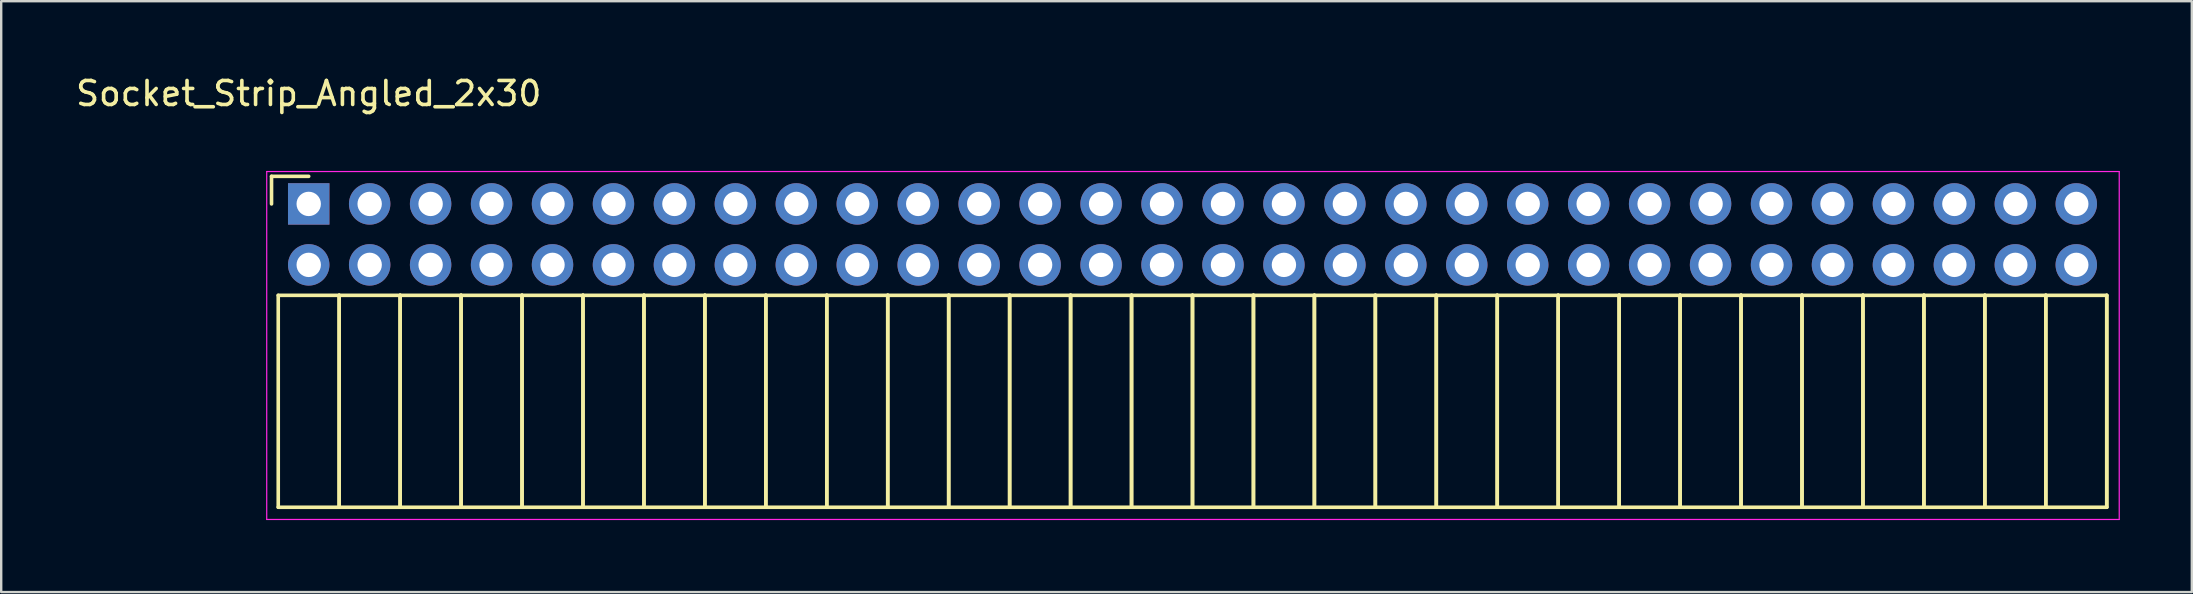
<source format=kicad_pcb>
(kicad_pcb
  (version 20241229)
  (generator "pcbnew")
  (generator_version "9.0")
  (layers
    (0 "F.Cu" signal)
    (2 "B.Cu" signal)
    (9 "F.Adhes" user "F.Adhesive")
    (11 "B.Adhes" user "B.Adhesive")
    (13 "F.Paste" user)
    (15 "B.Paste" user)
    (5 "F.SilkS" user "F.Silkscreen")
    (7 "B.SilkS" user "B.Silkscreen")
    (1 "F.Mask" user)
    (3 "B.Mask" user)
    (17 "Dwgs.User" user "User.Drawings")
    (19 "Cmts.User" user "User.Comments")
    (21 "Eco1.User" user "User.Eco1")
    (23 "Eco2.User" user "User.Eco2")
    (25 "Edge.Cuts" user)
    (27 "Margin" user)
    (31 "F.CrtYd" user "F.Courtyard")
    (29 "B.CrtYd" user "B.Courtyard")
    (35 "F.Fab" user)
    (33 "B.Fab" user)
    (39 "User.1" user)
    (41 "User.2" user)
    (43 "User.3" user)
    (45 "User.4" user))
  (footprint "Socket_Strip_Angled_2x30"
    (layer "F.Cu")
    (at 9.815 5.448)
    (property "Reference" "Socket_Strip_Angled_2x30" (at 0 -4.6 0) (layer "F.SilkS") (effects (font (size 1 1) (thickness 0.15))))
    (attr through_hole)
    (fp_line (start -1.55 -1.15) (end -1.55 0) (stroke (width 0.15) (type solid)) (layer "F.SilkS"))
    (fp_line (start -1.27 3.81) (end -1.27 12.64) (stroke (width 0.15) (type solid)) (layer "F.SilkS"))
    (fp_line (start -1.27 3.81) (end 1.27 3.81) (stroke (width 0.15) (type solid)) (layer "F.SilkS"))
    (fp_line (start -1.27 12.64) (end 1.27 12.64) (stroke (width 0.15) (type solid)) (layer "F.SilkS"))
    (fp_line (start 0 -1.15) (end -1.55 -1.15) (stroke (width 0.15) (type solid)) (layer "F.SilkS"))
    (fp_line (start 1.27 3.81) (end 1.27 12.64) (stroke (width 0.15) (type solid)) (layer "F.SilkS"))
    (fp_line (start 1.27 3.81) (end 3.81 3.81) (stroke (width 0.15) (type solid)) (layer "F.SilkS"))
    (fp_line (start 1.27 12.64) (end 1.27 3.81) (stroke (width 0.15) (type solid)) (layer "F.SilkS"))
    (fp_line (start 1.27 12.64) (end 3.81 12.64) (stroke (width 0.15) (type solid)) (layer "F.SilkS"))
    (fp_line (start 3.81 3.81) (end 3.81 12.64) (stroke (width 0.15) (type solid)) (layer "F.SilkS"))
    (fp_line (start 3.81 3.81) (end 6.35 3.81) (stroke (width 0.15) (type solid)) (layer "F.SilkS"))
    (fp_line (start 3.81 12.64) (end 3.81 3.81) (stroke (width 0.15) (type solid)) (layer "F.SilkS"))
    (fp_line (start 3.81 12.64) (end 6.35 12.64) (stroke (width 0.15) (type solid)) (layer "F.SilkS"))
    (fp_line (start 6.35 3.81) (end 6.35 12.64) (stroke (width 0.15) (type solid)) (layer "F.SilkS"))
    (fp_line (start 6.35 3.81) (end 8.89 3.81) (stroke (width 0.15) (type solid)) (layer "F.SilkS"))
    (fp_line (start 6.35 12.64) (end 6.35 3.81) (stroke (width 0.15) (type solid)) (layer "F.SilkS"))
    (fp_line (start 6.35 12.64) (end 8.89 12.64) (stroke (width 0.15) (type solid)) (layer "F.SilkS"))
    (fp_line (start 8.89 3.81) (end 8.89 12.64) (stroke (width 0.15) (type solid)) (layer "F.SilkS"))
    (fp_line (start 8.89 3.81) (end 11.43 3.81) (stroke (width 0.15) (type solid)) (layer "F.SilkS"))
    (fp_line (start 8.89 12.64) (end 8.89 3.81) (stroke (width 0.15) (type solid)) (layer "F.SilkS"))
    (fp_line (start 8.89 12.64) (end 11.43 12.64) (stroke (width 0.15) (type solid)) (layer "F.SilkS"))
    (fp_line (start 11.43 3.81) (end 11.43 12.64) (stroke (width 0.15) (type solid)) (layer "F.SilkS"))
    (fp_line (start 11.43 3.81) (end 13.97 3.81) (stroke (width 0.15) (type solid)) (layer "F.SilkS"))
    (fp_line (start 11.43 12.64) (end 11.43 3.81) (stroke (width 0.15) (type solid)) (layer "F.SilkS"))
    (fp_line (start 11.43 12.64) (end 13.97 12.64) (stroke (width 0.15) (type solid)) (layer "F.SilkS"))
    (fp_line (start 13.97 3.81) (end 13.97 12.64) (stroke (width 0.15) (type solid)) (layer "F.SilkS"))
    (fp_line (start 13.97 3.81) (end 16.51 3.81) (stroke (width 0.15) (type solid)) (layer "F.SilkS"))
    (fp_line (start 13.97 12.64) (end 13.97 3.81) (stroke (width 0.15) (type solid)) (layer "F.SilkS"))
    (fp_line (start 13.97 12.64) (end 16.51 12.64) (stroke (width 0.15) (type solid)) (layer "F.SilkS"))
    (fp_line (start 16.51 3.81) (end 16.51 12.64) (stroke (width 0.15) (type solid)) (layer "F.SilkS"))
    (fp_line (start 16.51 3.81) (end 19.05 3.81) (stroke (width 0.15) (type solid)) (layer "F.SilkS"))
    (fp_line (start 16.51 12.64) (end 16.51 3.81) (stroke (width 0.15) (type solid)) (layer "F.SilkS"))
    (fp_line (start 16.51 12.64) (end 19.05 12.64) (stroke (width 0.15) (type solid)) (layer "F.SilkS"))
    (fp_line (start 19.05 3.81) (end 19.05 12.64) (stroke (width 0.15) (type solid)) (layer "F.SilkS"))
    (fp_line (start 19.05 3.81) (end 21.59 3.81) (stroke (width 0.15) (type solid)) (layer "F.SilkS"))
    (fp_line (start 19.05 12.64) (end 19.05 3.81) (stroke (width 0.15) (type solid)) (layer "F.SilkS"))
    (fp_line (start 19.05 12.64) (end 21.59 12.64) (stroke (width 0.15) (type solid)) (layer "F.SilkS"))
    (fp_line (start 21.59 3.81) (end 21.59 12.64) (stroke (width 0.15) (type solid)) (layer "F.SilkS"))
    (fp_line (start 21.59 3.81) (end 24.13 3.81) (stroke (width 0.15) (type solid)) (layer "F.SilkS"))
    (fp_line (start 21.59 12.64) (end 21.59 3.81) (stroke (width 0.15) (type solid)) (layer "F.SilkS"))
    (fp_line (start 21.59 12.64) (end 24.13 12.64) (stroke (width 0.15) (type solid)) (layer "F.SilkS"))
    (fp_line (start 24.13 3.81) (end 24.13 12.64) (stroke (width 0.15) (type solid)) (layer "F.SilkS"))
    (fp_line (start 24.13 3.81) (end 26.67 3.81) (stroke (width 0.15) (type solid)) (layer "F.SilkS"))
    (fp_line (start 24.13 12.64) (end 24.13 3.81) (stroke (width 0.15) (type solid)) (layer "F.SilkS"))
    (fp_line (start 24.13 12.64) (end 26.67 12.64) (stroke (width 0.15) (type solid)) (layer "F.SilkS"))
    (fp_line (start 26.67 3.81) (end 26.67 12.64) (stroke (width 0.15) (type solid)) (layer "F.SilkS"))
    (fp_line (start 26.67 3.81) (end 29.21 3.81) (stroke (width 0.15) (type solid)) (layer "F.SilkS"))
    (fp_line (start 26.67 12.64) (end 26.67 3.81) (stroke (width 0.15) (type solid)) (layer "F.SilkS"))
    (fp_line (start 26.67 12.64) (end 29.21 12.64) (stroke (width 0.15) (type solid)) (layer "F.SilkS"))
    (fp_line (start 29.21 3.81) (end 29.21 12.64) (stroke (width 0.15) (type solid)) (layer "F.SilkS"))
    (fp_line (start 29.21 3.81) (end 31.75 3.81) (stroke (width 0.15) (type solid)) (layer "F.SilkS"))
    (fp_line (start 29.21 12.64) (end 29.21 3.81) (stroke (width 0.15) (type solid)) (layer "F.SilkS"))
    (fp_line (start 29.21 12.64) (end 31.75 12.64) (stroke (width 0.15) (type solid)) (layer "F.SilkS"))
    (fp_line (start 31.75 3.81) (end 31.75 12.64) (stroke (width 0.15) (type solid)) (layer "F.SilkS"))
    (fp_line (start 31.75 3.81) (end 34.29 3.81) (stroke (width 0.15) (type solid)) (layer "F.SilkS"))
    (fp_line (start 31.75 12.64) (end 31.75 3.81) (stroke (width 0.15) (type solid)) (layer "F.SilkS"))
    (fp_line (start 31.75 12.64) (end 34.29 12.64) (stroke (width 0.15) (type solid)) (layer "F.SilkS"))
    (fp_line (start 34.29 3.81) (end 34.29 12.64) (stroke (width 0.15) (type solid)) (layer "F.SilkS"))
    (fp_line (start 34.29 3.81) (end 36.83 3.81) (stroke (width 0.15) (type solid)) (layer "F.SilkS"))
    (fp_line (start 34.29 12.64) (end 34.29 3.81) (stroke (width 0.15) (type solid)) (layer "F.SilkS"))
    (fp_line (start 34.29 12.64) (end 36.83 12.64) (stroke (width 0.15) (type solid)) (layer "F.SilkS"))
    (fp_line (start 36.83 3.81) (end 36.83 12.64) (stroke (width 0.15) (type solid)) (layer "F.SilkS"))
    (fp_line (start 36.83 3.81) (end 39.37 3.81) (stroke (width 0.15) (type solid)) (layer "F.SilkS"))
    (fp_line (start 36.83 12.64) (end 36.83 3.81) (stroke (width 0.15) (type solid)) (layer "F.SilkS"))
    (fp_line (start 36.83 12.64) (end 39.37 12.64) (stroke (width 0.15) (type solid)) (layer "F.SilkS"))
    (fp_line (start 39.37 3.81) (end 39.37 12.64) (stroke (width 0.15) (type solid)) (layer "F.SilkS"))
    (fp_line (start 39.37 3.81) (end 41.91 3.81) (stroke (width 0.15) (type solid)) (layer "F.SilkS"))
    (fp_line (start 39.37 12.64) (end 39.37 3.81) (stroke (width 0.15) (type solid)) (layer "F.SilkS"))
    (fp_line (start 39.37 12.64) (end 41.91 12.64) (stroke (width 0.15) (type solid)) (layer "F.SilkS"))
    (fp_line (start 41.91 3.81) (end 41.91 12.64) (stroke (width 0.15) (type solid)) (layer "F.SilkS"))
    (fp_line (start 41.91 3.81) (end 44.45 3.81) (stroke (width 0.15) (type solid)) (layer "F.SilkS"))
    (fp_line (start 41.91 12.64) (end 41.91 3.81) (stroke (width 0.15) (type solid)) (layer "F.SilkS"))
    (fp_line (start 41.91 12.64) (end 44.45 12.64) (stroke (width 0.15) (type solid)) (layer "F.SilkS"))
    (fp_line (start 44.45 3.81) (end 44.45 12.64) (stroke (width 0.15) (type solid)) (layer "F.SilkS"))
    (fp_line (start 44.45 3.81) (end 46.99 3.81) (stroke (width 0.15) (type solid)) (layer "F.SilkS"))
    (fp_line (start 44.45 12.64) (end 44.45 3.81) (stroke (width 0.15) (type solid)) (layer "F.SilkS"))
    (fp_line (start 44.45 12.64) (end 46.99 12.64) (stroke (width 0.15) (type solid)) (layer "F.SilkS"))
    (fp_line (start 46.99 3.81) (end 46.99 12.64) (stroke (width 0.15) (type solid)) (layer "F.SilkS"))
    (fp_line (start 46.99 3.81) (end 49.53 3.81) (stroke (width 0.15) (type solid)) (layer "F.SilkS"))
    (fp_line (start 46.99 12.64) (end 46.99 3.81) (stroke (width 0.15) (type solid)) (layer "F.SilkS"))
    (fp_line (start 46.99 12.64) (end 49.53 12.64) (stroke (width 0.15) (type solid)) (layer "F.SilkS"))
    (fp_line (start 49.53 3.81) (end 49.53 12.64) (stroke (width 0.15) (type solid)) (layer "F.SilkS"))
    (fp_line (start 49.53 3.81) (end 52.07 3.81) (stroke (width 0.15) (type solid)) (layer "F.SilkS"))
    (fp_line (start 49.53 12.64) (end 49.53 3.81) (stroke (width 0.15) (type solid)) (layer "F.SilkS"))
    (fp_line (start 49.53 12.64) (end 52.07 12.64) (stroke (width 0.15) (type solid)) (layer "F.SilkS"))
    (fp_line (start 52.07 3.81) (end 52.07 12.64) (stroke (width 0.15) (type solid)) (layer "F.SilkS"))
    (fp_line (start 52.07 3.81) (end 54.61 3.81) (stroke (width 0.15) (type solid)) (layer "F.SilkS"))
    (fp_line (start 52.07 12.64) (end 52.07 3.81) (stroke (width 0.15) (type solid)) (layer "F.SilkS"))
    (fp_line (start 52.07 12.64) (end 54.61 12.64) (stroke (width 0.15) (type solid)) (layer "F.SilkS"))
    (fp_line (start 54.61 3.81) (end 54.61 12.64) (stroke (width 0.15) (type solid)) (layer "F.SilkS"))
    (fp_line (start 54.61 3.81) (end 57.15 3.81) (stroke (width 0.15) (type solid)) (layer "F.SilkS"))
    (fp_line (start 54.61 12.64) (end 54.61 3.81) (stroke (width 0.15) (type solid)) (layer "F.SilkS"))
    (fp_line (start 54.61 12.64) (end 57.15 12.64) (stroke (width 0.15) (type solid)) (layer "F.SilkS"))
    (fp_line (start 57.15 3.81) (end 57.15 12.64) (stroke (width 0.15) (type solid)) (layer "F.SilkS"))
    (fp_line (start 57.15 3.81) (end 59.69 3.81) (stroke (width 0.15) (type solid)) (layer "F.SilkS"))
    (fp_line (start 57.15 12.64) (end 57.15 3.81) (stroke (width 0.15) (type solid)) (layer "F.SilkS"))
    (fp_line (start 57.15 12.64) (end 59.69 12.64) (stroke (width 0.15) (type solid)) (layer "F.SilkS"))
    (fp_line (start 59.69 3.81) (end 59.69 12.64) (stroke (width 0.15) (type solid)) (layer "F.SilkS"))
    (fp_line (start 59.69 3.81) (end 62.23 3.81) (stroke (width 0.15) (type solid)) (layer "F.SilkS"))
    (fp_line (start 59.69 12.64) (end 59.69 3.81) (stroke (width 0.15) (type solid)) (layer "F.SilkS"))
    (fp_line (start 59.69 12.64) (end 62.23 12.64) (stroke (width 0.15) (type solid)) (layer "F.SilkS"))
    (fp_line (start 62.23 3.81) (end 62.23 12.64) (stroke (width 0.15) (type solid)) (layer "F.SilkS"))
    (fp_line (start 62.23 3.81) (end 64.77 3.81) (stroke (width 0.15) (type solid)) (layer "F.SilkS"))
    (fp_line (start 62.23 12.64) (end 62.23 3.81) (stroke (width 0.15) (type solid)) (layer "F.SilkS"))
    (fp_line (start 62.23 12.64) (end 64.77 12.64) (stroke (width 0.15) (type solid)) (layer "F.SilkS"))
    (fp_line (start 64.77 3.81) (end 64.77 12.64) (stroke (width 0.15) (type solid)) (layer "F.SilkS"))
    (fp_line (start 64.77 3.81) (end 67.31 3.81) (stroke (width 0.15) (type solid)) (layer "F.SilkS"))
    (fp_line (start 64.77 12.64) (end 64.77 3.81) (stroke (width 0.15) (type solid)) (layer "F.SilkS"))
    (fp_line (start 64.77 12.64) (end 67.31 12.64) (stroke (width 0.15) (type solid)) (layer "F.SilkS"))
    (fp_line (start 67.31 3.81) (end 67.31 12.64) (stroke (width 0.15) (type solid)) (layer "F.SilkS"))
    (fp_line (start 67.31 3.81) (end 69.85 3.81) (stroke (width 0.15) (type solid)) (layer "F.SilkS"))
    (fp_line (start 67.31 12.64) (end 67.31 3.81) (stroke (width 0.15) (type solid)) (layer "F.SilkS"))
    (fp_line (start 67.31 12.64) (end 69.85 12.64) (stroke (width 0.15) (type solid)) (layer "F.SilkS"))
    (fp_line (start 69.85 3.81) (end 69.85 12.64) (stroke (width 0.15) (type solid)) (layer "F.SilkS"))
    (fp_line (start 69.85 3.81) (end 72.39 3.81) (stroke (width 0.15) (type solid)) (layer "F.SilkS"))
    (fp_line (start 69.85 12.64) (end 69.85 3.81) (stroke (width 0.15) (type solid)) (layer "F.SilkS"))
    (fp_line (start 69.85 12.64) (end 72.39 12.64) (stroke (width 0.15) (type solid)) (layer "F.SilkS"))
    (fp_line (start 72.39 3.81) (end 72.39 12.64) (stroke (width 0.15) (type solid)) (layer "F.SilkS"))
    (fp_line (start 72.39 3.81) (end 74.93 3.81) (stroke (width 0.15) (type solid)) (layer "F.SilkS"))
    (fp_line (start 72.39 12.64) (end 72.39 3.81) (stroke (width 0.15) (type solid)) (layer "F.SilkS"))
    (fp_line (start 72.39 12.64) (end 74.93 12.64) (stroke (width 0.15) (type solid)) (layer "F.SilkS"))
    (fp_line (start 74.93 3.81) (end 74.93 12.64) (stroke (width 0.15) (type solid)) (layer "F.SilkS"))
    (fp_line (start 74.93 12.64) (end 74.93 3.81) (stroke (width 0.15) (type solid)) (layer "F.SilkS"))
    (fp_line (start -1.75 -1.35) (end -1.75 13.15) (stroke (width 0.05) (type solid)) (layer "F.CrtYd"))
    (fp_line (start -1.75 -1.35) (end 75.45 -1.35) (stroke (width 0.05) (type solid)) (layer "F.CrtYd"))
    (fp_line (start -1.75 13.15) (end 75.45 13.15) (stroke (width 0.05) (type solid)) (layer "F.CrtYd"))
    (fp_line (start 75.45 -1.35) (end 75.45 13.15) (stroke (width 0.05) (type solid)) (layer "F.CrtYd"))
    (pad "1" thru_hole rect (at 0 0) (size 1.727 1.727) (drill 1.016) (layers "*.Cu" "*.Mask"))
    (pad "2" thru_hole oval (at 0 2.54) (size 1.727 1.727) (drill 1.016) (layers "*.Cu" "*.Mask"))
    (pad "3" thru_hole oval (at 2.54 0) (size 1.727 1.727) (drill 1.016) (layers "*.Cu" "*.Mask"))
    (pad "4" thru_hole oval (at 2.54 2.54) (size 1.727 1.727) (drill 1.016) (layers "*.Cu" "*.Mask"))
    (pad "5" thru_hole oval (at 5.08 0) (size 1.727 1.727) (drill 1.016) (layers "*.Cu" "*.Mask"))
    (pad "6" thru_hole oval (at 5.08 2.54) (size 1.727 1.727) (drill 1.016) (layers "*.Cu" "*.Mask"))
    (pad "7" thru_hole oval (at 7.62 0) (size 1.727 1.727) (drill 1.016) (layers "*.Cu" "*.Mask"))
    (pad "8" thru_hole oval (at 7.62 2.54) (size 1.727 1.727) (drill 1.016) (layers "*.Cu" "*.Mask"))
    (pad "9" thru_hole oval (at 10.16 0) (size 1.727 1.727) (drill 1.016) (layers "*.Cu" "*.Mask"))
    (pad "10" thru_hole oval (at 10.16 2.54) (size 1.727 1.727) (drill 1.016) (layers "*.Cu" "*.Mask"))
    (pad "11" thru_hole oval (at 12.7 0) (size 1.727 1.727) (drill 1.016) (layers "*.Cu" "*.Mask"))
    (pad "12" thru_hole oval (at 12.7 2.54) (size 1.727 1.727) (drill 1.016) (layers "*.Cu" "*.Mask"))
    (pad "13" thru_hole oval (at 15.24 0) (size 1.727 1.727) (drill 1.016) (layers "*.Cu" "*.Mask"))
    (pad "14" thru_hole oval (at 15.24 2.54) (size 1.727 1.727) (drill 1.016) (layers "*.Cu" "*.Mask"))
    (pad "15" thru_hole oval (at 17.78 0) (size 1.727 1.727) (drill 1.016) (layers "*.Cu" "*.Mask"))
    (pad "16" thru_hole oval (at 17.78 2.54) (size 1.727 1.727) (drill 1.016) (layers "*.Cu" "*.Mask"))
    (pad "17" thru_hole oval (at 20.32 0) (size 1.727 1.727) (drill 1.016) (layers "*.Cu" "*.Mask"))
    (pad "18" thru_hole oval (at 20.32 2.54) (size 1.727 1.727) (drill 1.016) (layers "*.Cu" "*.Mask"))
    (pad "19" thru_hole oval (at 22.86 0) (size 1.727 1.727) (drill 1.016) (layers "*.Cu" "*.Mask"))
    (pad "20" thru_hole oval (at 22.86 2.54) (size 1.727 1.727) (drill 1.016) (layers "*.Cu" "*.Mask"))
    (pad "21" thru_hole oval (at 25.4 0) (size 1.727 1.727) (drill 1.016) (layers "*.Cu" "*.Mask"))
    (pad "22" thru_hole oval (at 25.4 2.54) (size 1.727 1.727) (drill 1.016) (layers "*.Cu" "*.Mask"))
    (pad "23" thru_hole oval (at 27.94 0) (size 1.727 1.727) (drill 1.016) (layers "*.Cu" "*.Mask"))
    (pad "24" thru_hole oval (at 27.94 2.54) (size 1.727 1.727) (drill 1.016) (layers "*.Cu" "*.Mask"))
    (pad "25" thru_hole oval (at 30.48 0) (size 1.727 1.727) (drill 1.016) (layers "*.Cu" "*.Mask"))
    (pad "26" thru_hole oval (at 30.48 2.54) (size 1.727 1.727) (drill 1.016) (layers "*.Cu" "*.Mask"))
    (pad "27" thru_hole oval (at 33.02 0) (size 1.727 1.727) (drill 1.016) (layers "*.Cu" "*.Mask"))
    (pad "28" thru_hole oval (at 33.02 2.54) (size 1.727 1.727) (drill 1.016) (layers "*.Cu" "*.Mask"))
    (pad "29" thru_hole oval (at 35.56 0) (size 1.727 1.727) (drill 1.016) (layers "*.Cu" "*.Mask"))
    (pad "30" thru_hole oval (at 35.56 2.54) (size 1.727 1.727) (drill 1.016) (layers "*.Cu" "*.Mask"))
    (pad "31" thru_hole oval (at 38.1 0) (size 1.727 1.727) (drill 1.016) (layers "*.Cu" "*.Mask"))
    (pad "32" thru_hole oval (at 38.1 2.54) (size 1.727 1.727) (drill 1.016) (layers "*.Cu" "*.Mask"))
    (pad "33" thru_hole oval (at 40.64 0) (size 1.727 1.727) (drill 1.016) (layers "*.Cu" "*.Mask"))
    (pad "34" thru_hole oval (at 40.64 2.54) (size 1.727 1.727) (drill 1.016) (layers "*.Cu" "*.Mask"))
    (pad "35" thru_hole oval (at 43.18 0) (size 1.727 1.727) (drill 1.016) (layers "*.Cu" "*.Mask"))
    (pad "36" thru_hole oval (at 43.18 2.54) (size 1.727 1.727) (drill 1.016) (layers "*.Cu" "*.Mask"))
    (pad "37" thru_hole oval (at 45.72 0) (size 1.727 1.727) (drill 1.016) (layers "*.Cu" "*.Mask"))
    (pad "38" thru_hole oval (at 45.72 2.54) (size 1.727 1.727) (drill 1.016) (layers "*.Cu" "*.Mask"))
    (pad "39" thru_hole oval (at 48.26 0) (size 1.727 1.727) (drill 1.016) (layers "*.Cu" "*.Mask"))
    (pad "40" thru_hole oval (at 48.26 2.54) (size 1.727 1.727) (drill 1.016) (layers "*.Cu" "*.Mask"))
    (pad "41" thru_hole oval (at 50.8 0) (size 1.727 1.727) (drill 1.016) (layers "*.Cu" "*.Mask"))
    (pad "42" thru_hole oval (at 50.8 2.54) (size 1.727 1.727) (drill 1.016) (layers "*.Cu" "*.Mask"))
    (pad "43" thru_hole oval (at 53.34 0) (size 1.727 1.727) (drill 1.016) (layers "*.Cu" "*.Mask"))
    (pad "44" thru_hole oval (at 53.34 2.54) (size 1.727 1.727) (drill 1.016) (layers "*.Cu" "*.Mask"))
    (pad "45" thru_hole oval (at 55.88 0) (size 1.727 1.727) (drill 1.016) (layers "*.Cu" "*.Mask"))
    (pad "46" thru_hole oval (at 55.88 2.54) (size 1.727 1.727) (drill 1.016) (layers "*.Cu" "*.Mask"))
    (pad "47" thru_hole oval (at 58.42 0) (size 1.727 1.727) (drill 1.016) (layers "*.Cu" "*.Mask"))
    (pad "48" thru_hole oval (at 58.42 2.54) (size 1.727 1.727) (drill 1.016) (layers "*.Cu" "*.Mask"))
    (pad "49" thru_hole oval (at 60.96 0) (size 1.727 1.727) (drill 1.016) (layers "*.Cu" "*.Mask"))
    (pad "50" thru_hole oval (at 60.96 2.54) (size 1.727 1.727) (drill 1.016) (layers "*.Cu" "*.Mask"))
    (pad "51" thru_hole oval (at 63.5 0) (size 1.727 1.727) (drill 1.016) (layers "*.Cu" "*.Mask"))
    (pad "52" thru_hole oval (at 63.5 2.54) (size 1.727 1.727) (drill 1.016) (layers "*.Cu" "*.Mask"))
    (pad "53" thru_hole oval (at 66.04 0) (size 1.727 1.727) (drill 1.016) (layers "*.Cu" "*.Mask"))
    (pad "54" thru_hole oval (at 66.04 2.54) (size 1.727 1.727) (drill 1.016) (layers "*.Cu" "*.Mask"))
    (pad "55" thru_hole oval (at 68.58 0) (size 1.727 1.727) (drill 1.016) (layers "*.Cu" "*.Mask"))
    (pad "56" thru_hole oval (at 68.58 2.54) (size 1.727 1.727) (drill 1.016) (layers "*.Cu" "*.Mask"))
    (pad "57" thru_hole oval (at 71.12 0) (size 1.727 1.727) (drill 1.016) (layers "*.Cu" "*.Mask"))
    (pad "58" thru_hole oval (at 71.12 2.54) (size 1.727 1.727) (drill 1.016) (layers "*.Cu" "*.Mask"))
    (pad "59" thru_hole oval (at 73.66 0) (size 1.727 1.727) (drill 1.016) (layers "*.Cu" "*.Mask"))
    (pad "60" thru_hole oval (at 73.66 2.54) (size 1.727 1.727) (drill 1.016) (layers "*.Cu" "*.Mask")))
  (gr_rect
    (start -3 -3)
    (end 88.29 21.623)
    (stroke (width 0.1) (type default))
    (fill no)
    (layer "Edge.Cuts")))
</source>
